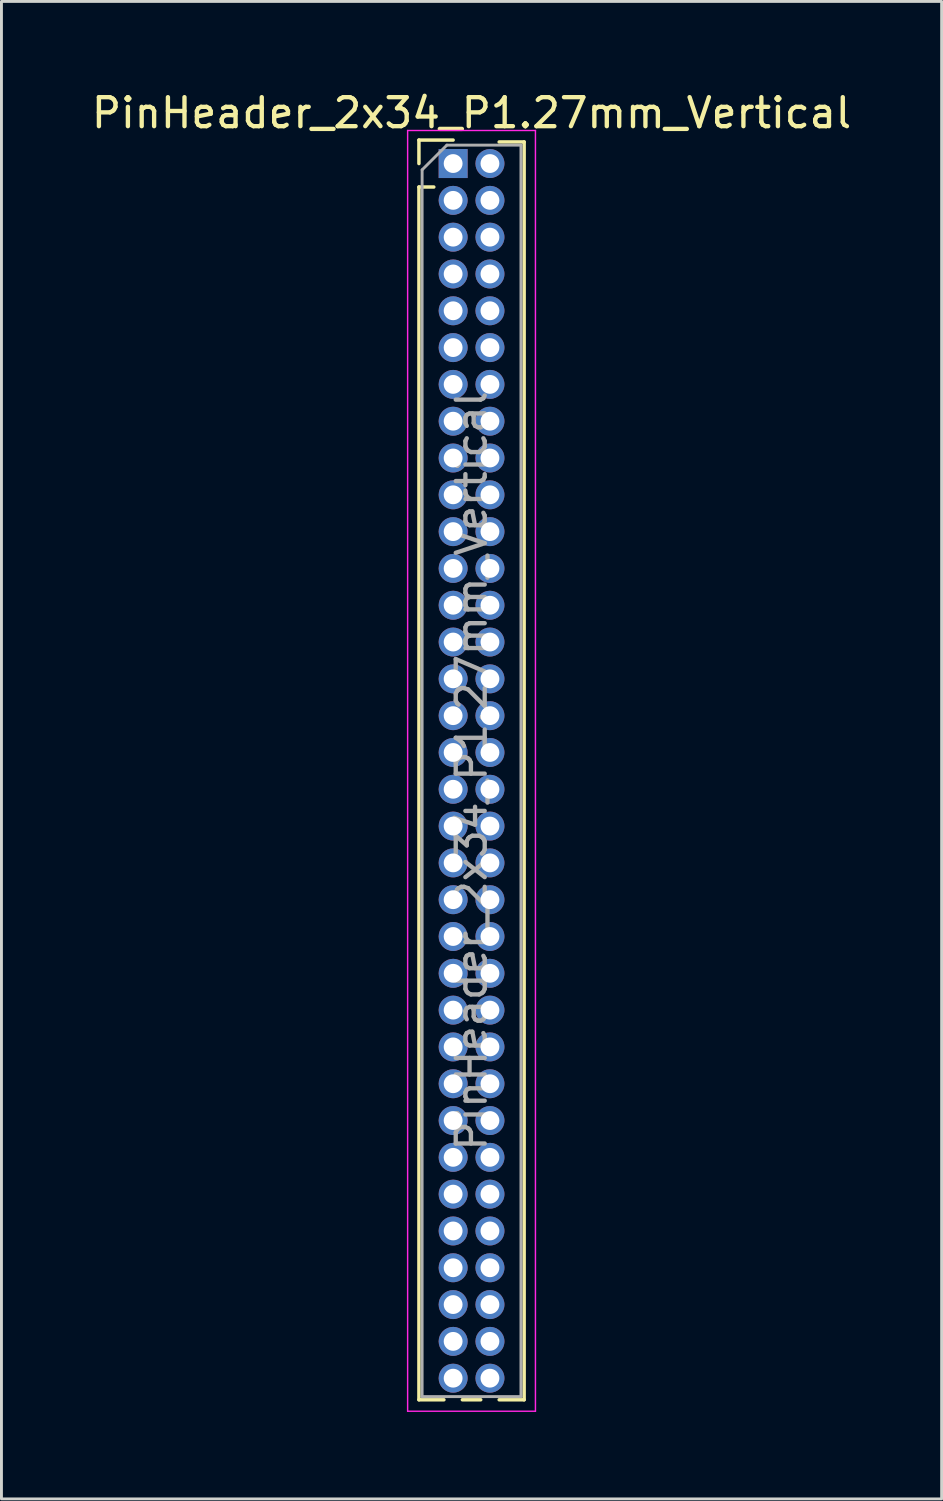
<source format=kicad_pcb>
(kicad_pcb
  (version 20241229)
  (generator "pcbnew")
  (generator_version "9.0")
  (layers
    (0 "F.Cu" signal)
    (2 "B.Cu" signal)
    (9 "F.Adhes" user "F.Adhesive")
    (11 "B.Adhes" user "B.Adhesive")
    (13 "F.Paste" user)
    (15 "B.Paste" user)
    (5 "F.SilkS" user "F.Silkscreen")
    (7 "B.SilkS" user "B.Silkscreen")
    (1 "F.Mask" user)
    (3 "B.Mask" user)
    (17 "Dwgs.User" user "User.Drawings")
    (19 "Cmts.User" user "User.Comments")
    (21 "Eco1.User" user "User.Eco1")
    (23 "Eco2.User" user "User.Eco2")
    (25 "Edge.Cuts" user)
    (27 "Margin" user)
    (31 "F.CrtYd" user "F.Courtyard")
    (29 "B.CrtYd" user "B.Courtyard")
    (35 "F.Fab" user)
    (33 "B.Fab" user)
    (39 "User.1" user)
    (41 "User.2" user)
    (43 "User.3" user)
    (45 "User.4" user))
  (footprint "PinHeader_2x34_P1.27mm_Vertical"
    (layer "F.Cu")
    (at 12.585 2.593)
    (property "Reference" "PinHeader_2x34_P1.27mm_Vertical" (at 0.635 -1.745 0) (layer "F.SilkS") (effects (font (size 1 1) (thickness 0.15))))
    (attr through_hole)
    (fp_line (start -1.18 -0.81) (end 0 -0.81) (stroke (width 0.12) (type solid)) (layer "F.SilkS"))
    (fp_line (start -1.18 0) (end -1.18 -0.81) (stroke (width 0.12) (type solid)) (layer "F.SilkS"))
    (fp_line (start -1.18 0.81) (end -1.18 42.655) (stroke (width 0.12) (type solid)) (layer "F.SilkS"))
    (fp_line (start -1.18 0.81) (end -0.667 0.81) (stroke (width 0.12) (type solid)) (layer "F.SilkS"))
    (fp_line (start -1.18 42.655) (end -0.318 42.655) (stroke (width 0.12) (type solid)) (layer "F.SilkS"))
    (fp_line (start 0.318 42.655) (end 0.952 42.655) (stroke (width 0.12) (type solid)) (layer "F.SilkS"))
    (fp_line (start 1.588 -0.745) (end 2.45 -0.745) (stroke (width 0.12) (type solid)) (layer "F.SilkS"))
    (fp_line (start 1.588 42.655) (end 2.45 42.655) (stroke (width 0.12) (type solid)) (layer "F.SilkS"))
    (fp_line (start 2.45 -0.745) (end 2.45 42.655) (stroke (width 0.12) (type solid)) (layer "F.SilkS"))
    (fp_line (start -1.57 -1.14) (end -1.57 43.05) (stroke (width 0.05) (type solid)) (layer "F.CrtYd"))
    (fp_line (start -1.57 43.05) (end 2.84 43.05) (stroke (width 0.05) (type solid)) (layer "F.CrtYd"))
    (fp_line (start 2.84 -1.14) (end -1.57 -1.14) (stroke (width 0.05) (type solid)) (layer "F.CrtYd"))
    (fp_line (start 2.84 43.05) (end 2.84 -1.14) (stroke (width 0.05) (type solid)) (layer "F.CrtYd"))
    (fp_line (start -1.07 0.217) (end -0.217 -0.635) (stroke (width 0.1) (type solid)) (layer "F.Fab"))
    (fp_line (start -1.07 42.545) (end -1.07 0.217) (stroke (width 0.1) (type solid)) (layer "F.Fab"))
    (fp_line (start -0.217 -0.635) (end 2.34 -0.635) (stroke (width 0.1) (type solid)) (layer "F.Fab"))
    (fp_line (start 2.34 -0.635) (end 2.34 42.545) (stroke (width 0.1) (type solid)) (layer "F.Fab"))
    (fp_line (start 2.34 42.545) (end -1.07 42.545) (stroke (width 0.1) (type solid)) (layer "F.Fab"))
    (fp_text user "${REFERENCE}" (at 0.635 20.955 90) (layer "F.Fab") (effects (font (size 1 1) (thickness 0.15))))
    (pad "1" thru_hole rect (at 0 0) (size 1 1) (drill 0.65) (layers "*.Cu" "*.Mask"))
    (pad "2" thru_hole circle (at 1.27 0) (size 1 1) (drill 0.65) (layers "*.Cu" "*.Mask"))
    (pad "3" thru_hole circle (at 0 1.27) (size 1 1) (drill 0.65) (layers "*.Cu" "*.Mask"))
    (pad "4" thru_hole circle (at 1.27 1.27) (size 1 1) (drill 0.65) (layers "*.Cu" "*.Mask"))
    (pad "5" thru_hole circle (at 0 2.54) (size 1 1) (drill 0.65) (layers "*.Cu" "*.Mask"))
    (pad "6" thru_hole circle (at 1.27 2.54) (size 1 1) (drill 0.65) (layers "*.Cu" "*.Mask"))
    (pad "7" thru_hole circle (at 0 3.81) (size 1 1) (drill 0.65) (layers "*.Cu" "*.Mask"))
    (pad "8" thru_hole circle (at 1.27 3.81) (size 1 1) (drill 0.65) (layers "*.Cu" "*.Mask"))
    (pad "9" thru_hole circle (at 0 5.08) (size 1 1) (drill 0.65) (layers "*.Cu" "*.Mask"))
    (pad "10" thru_hole circle (at 1.27 5.08) (size 1 1) (drill 0.65) (layers "*.Cu" "*.Mask"))
    (pad "11" thru_hole circle (at 0 6.35) (size 1 1) (drill 0.65) (layers "*.Cu" "*.Mask"))
    (pad "12" thru_hole circle (at 1.27 6.35) (size 1 1) (drill 0.65) (layers "*.Cu" "*.Mask"))
    (pad "13" thru_hole circle (at 0 7.62) (size 1 1) (drill 0.65) (layers "*.Cu" "*.Mask"))
    (pad "14" thru_hole circle (at 1.27 7.62) (size 1 1) (drill 0.65) (layers "*.Cu" "*.Mask"))
    (pad "15" thru_hole circle (at 0 8.89) (size 1 1) (drill 0.65) (layers "*.Cu" "*.Mask"))
    (pad "16" thru_hole circle (at 1.27 8.89) (size 1 1) (drill 0.65) (layers "*.Cu" "*.Mask"))
    (pad "17" thru_hole circle (at 0 10.16) (size 1 1) (drill 0.65) (layers "*.Cu" "*.Mask"))
    (pad "18" thru_hole circle (at 1.27 10.16) (size 1 1) (drill 0.65) (layers "*.Cu" "*.Mask"))
    (pad "19" thru_hole circle (at 0 11.43) (size 1 1) (drill 0.65) (layers "*.Cu" "*.Mask"))
    (pad "20" thru_hole circle (at 1.27 11.43) (size 1 1) (drill 0.65) (layers "*.Cu" "*.Mask"))
    (pad "21" thru_hole circle (at 0 12.7) (size 1 1) (drill 0.65) (layers "*.Cu" "*.Mask"))
    (pad "22" thru_hole circle (at 1.27 12.7) (size 1 1) (drill 0.65) (layers "*.Cu" "*.Mask"))
    (pad "23" thru_hole circle (at 0 13.97) (size 1 1) (drill 0.65) (layers "*.Cu" "*.Mask"))
    (pad "24" thru_hole circle (at 1.27 13.97) (size 1 1) (drill 0.65) (layers "*.Cu" "*.Mask"))
    (pad "25" thru_hole circle (at 0 15.24) (size 1 1) (drill 0.65) (layers "*.Cu" "*.Mask"))
    (pad "26" thru_hole circle (at 1.27 15.24) (size 1 1) (drill 0.65) (layers "*.Cu" "*.Mask"))
    (pad "27" thru_hole circle (at 0 16.51) (size 1 1) (drill 0.65) (layers "*.Cu" "*.Mask"))
    (pad "28" thru_hole circle (at 1.27 16.51) (size 1 1) (drill 0.65) (layers "*.Cu" "*.Mask"))
    (pad "29" thru_hole circle (at 0 17.78) (size 1 1) (drill 0.65) (layers "*.Cu" "*.Mask"))
    (pad "30" thru_hole circle (at 1.27 17.78) (size 1 1) (drill 0.65) (layers "*.Cu" "*.Mask"))
    (pad "31" thru_hole circle (at 0 19.05) (size 1 1) (drill 0.65) (layers "*.Cu" "*.Mask"))
    (pad "32" thru_hole circle (at 1.27 19.05) (size 1 1) (drill 0.65) (layers "*.Cu" "*.Mask"))
    (pad "33" thru_hole circle (at 0 20.32) (size 1 1) (drill 0.65) (layers "*.Cu" "*.Mask"))
    (pad "34" thru_hole circle (at 1.27 20.32) (size 1 1) (drill 0.65) (layers "*.Cu" "*.Mask"))
    (pad "35" thru_hole circle (at 0 21.59) (size 1 1) (drill 0.65) (layers "*.Cu" "*.Mask"))
    (pad "36" thru_hole circle (at 1.27 21.59) (size 1 1) (drill 0.65) (layers "*.Cu" "*.Mask"))
    (pad "37" thru_hole circle (at 0 22.86) (size 1 1) (drill 0.65) (layers "*.Cu" "*.Mask"))
    (pad "38" thru_hole circle (at 1.27 22.86) (size 1 1) (drill 0.65) (layers "*.Cu" "*.Mask"))
    (pad "39" thru_hole circle (at 0 24.13) (size 1 1) (drill 0.65) (layers "*.Cu" "*.Mask"))
    (pad "40" thru_hole circle (at 1.27 24.13) (size 1 1) (drill 0.65) (layers "*.Cu" "*.Mask"))
    (pad "41" thru_hole circle (at 0 25.4) (size 1 1) (drill 0.65) (layers "*.Cu" "*.Mask"))
    (pad "42" thru_hole circle (at 1.27 25.4) (size 1 1) (drill 0.65) (layers "*.Cu" "*.Mask"))
    (pad "43" thru_hole circle (at 0 26.67) (size 1 1) (drill 0.65) (layers "*.Cu" "*.Mask"))
    (pad "44" thru_hole circle (at 1.27 26.67) (size 1 1) (drill 0.65) (layers "*.Cu" "*.Mask"))
    (pad "45" thru_hole circle (at 0 27.94) (size 1 1) (drill 0.65) (layers "*.Cu" "*.Mask"))
    (pad "46" thru_hole circle (at 1.27 27.94) (size 1 1) (drill 0.65) (layers "*.Cu" "*.Mask"))
    (pad "47" thru_hole circle (at 0 29.21) (size 1 1) (drill 0.65) (layers "*.Cu" "*.Mask"))
    (pad "48" thru_hole circle (at 1.27 29.21) (size 1 1) (drill 0.65) (layers "*.Cu" "*.Mask"))
    (pad "49" thru_hole circle (at 0 30.48) (size 1 1) (drill 0.65) (layers "*.Cu" "*.Mask"))
    (pad "50" thru_hole circle (at 1.27 30.48) (size 1 1) (drill 0.65) (layers "*.Cu" "*.Mask"))
    (pad "51" thru_hole circle (at 0 31.75) (size 1 1) (drill 0.65) (layers "*.Cu" "*.Mask"))
    (pad "52" thru_hole circle (at 1.27 31.75) (size 1 1) (drill 0.65) (layers "*.Cu" "*.Mask"))
    (pad "53" thru_hole circle (at 0 33.02) (size 1 1) (drill 0.65) (layers "*.Cu" "*.Mask"))
    (pad "54" thru_hole circle (at 1.27 33.02) (size 1 1) (drill 0.65) (layers "*.Cu" "*.Mask"))
    (pad "55" thru_hole circle (at 0 34.29) (size 1 1) (drill 0.65) (layers "*.Cu" "*.Mask"))
    (pad "56" thru_hole circle (at 1.27 34.29) (size 1 1) (drill 0.65) (layers "*.Cu" "*.Mask"))
    (pad "57" thru_hole circle (at 0 35.56) (size 1 1) (drill 0.65) (layers "*.Cu" "*.Mask"))
    (pad "58" thru_hole circle (at 1.27 35.56) (size 1 1) (drill 0.65) (layers "*.Cu" "*.Mask"))
    (pad "59" thru_hole circle (at 0 36.83) (size 1 1) (drill 0.65) (layers "*.Cu" "*.Mask"))
    (pad "60" thru_hole circle (at 1.27 36.83) (size 1 1) (drill 0.65) (layers "*.Cu" "*.Mask"))
    (pad "61" thru_hole circle (at 0 38.1) (size 1 1) (drill 0.65) (layers "*.Cu" "*.Mask"))
    (pad "62" thru_hole circle (at 1.27 38.1) (size 1 1) (drill 0.65) (layers "*.Cu" "*.Mask"))
    (pad "63" thru_hole circle (at 0 39.37) (size 1 1) (drill 0.65) (layers "*.Cu" "*.Mask"))
    (pad "64" thru_hole circle (at 1.27 39.37) (size 1 1) (drill 0.65) (layers "*.Cu" "*.Mask"))
    (pad "65" thru_hole circle (at 0 40.64) (size 1 1) (drill 0.65) (layers "*.Cu" "*.Mask"))
    (pad "66" thru_hole circle (at 1.27 40.64) (size 1 1) (drill 0.65) (layers "*.Cu" "*.Mask"))
    (pad "67" thru_hole circle (at 0 41.91) (size 1 1) (drill 0.65) (layers "*.Cu" "*.Mask"))
    (pad "68" thru_hole circle (at 1.27 41.91) (size 1 1) (drill 0.65) (layers "*.Cu" "*.Mask")))
  (gr_rect
    (start -3 -3)
    (end 29.44 48.668)
    (stroke (width 0.1) (type default))
    (fill no)
    (layer "Edge.Cuts")))
</source>
